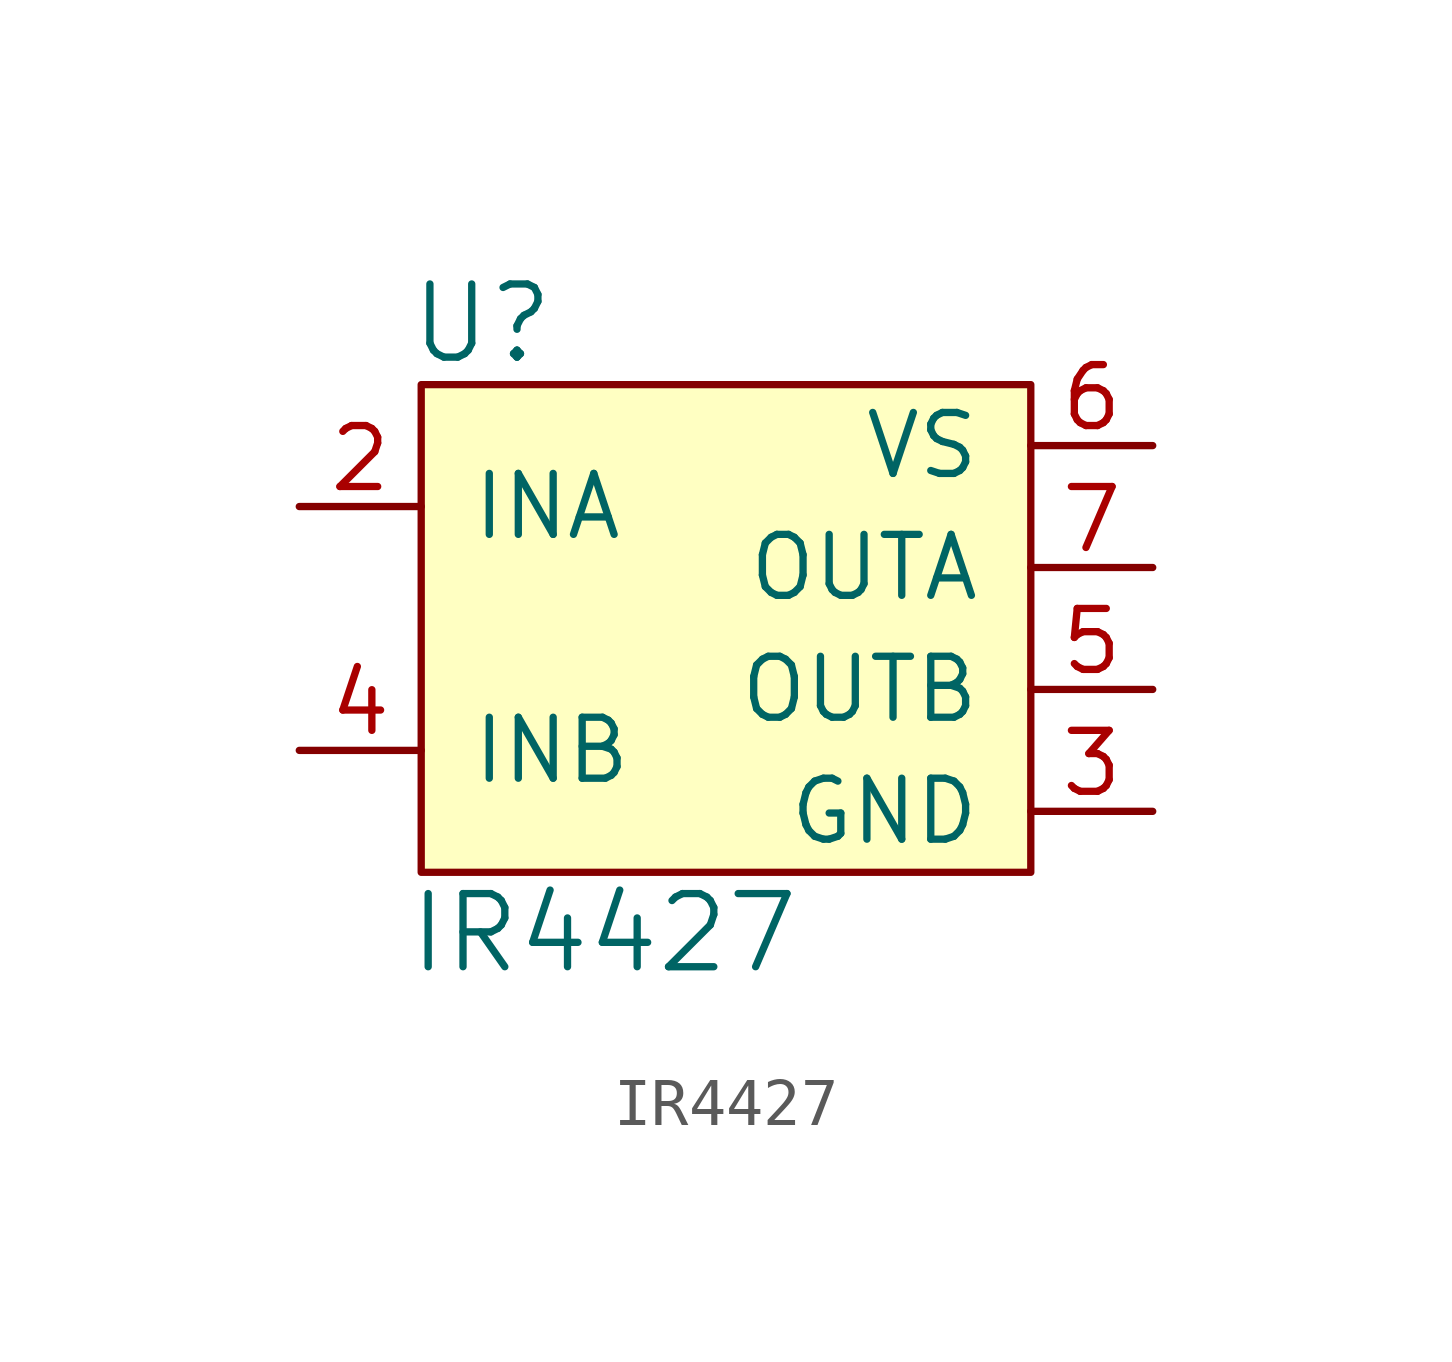
<source format=kicad_sym>
(kicad_symbol_lib
  (version 20220914)
  (generator kicad_symbol_editor)
  (symbol "IR4427"
    (pin_names
      (offset 1.016))
    (property "Reference" "U"
      (at -5.08 6.35 0)
      (effects (font (size 1.524 1.524))))
    (property "Value" "IR4427"
      (at -2.54 -6.35 0)
      (effects (font (size 1.524 1.524))))
    (symbol "IR4427_0_1"
      (rectangle (start -6.35 5.08) (end 6.35 -5.08) (stroke (width 0) (type default)) (fill (type background))))
    (symbol "IR4427_1_1"
      (pin input line (at -8.89 2.54 0) (length 2.54) (name "INA" (effects (font (size 1.27 1.27)))) (number "2" (effects (font (size 1.27 1.27)))))
      (pin power_in line (at 8.89 -3.81 180) (length 2.54) (name "GND" (effects (font (size 1.27 1.27)))) (number "3" (effects (font (size 1.27 1.27)))))
      (pin input line (at -8.89 -2.54 0) (length 2.54) (name "INB" (effects (font (size 1.27 1.27)))) (number "4" (effects (font (size 1.27 1.27)))))
      (pin output line (at 8.89 -1.27 180) (length 2.54) (name "OUTB" (effects (font (size 1.27 1.27)))) (number "5" (effects (font (size 1.27 1.27)))))
      (pin input line (at 8.89 3.81 180) (length 2.54) (name "VS" (effects (font (size 1.27 1.27)))) (number "6" (effects (font (size 1.27 1.27)))))
      (pin output line (at 8.89 1.27 180) (length 2.54) (name "OUTA" (effects (font (size 1.27 1.27)))) (number "7" (effects (font (size 1.27 1.27))))))))
</source>
